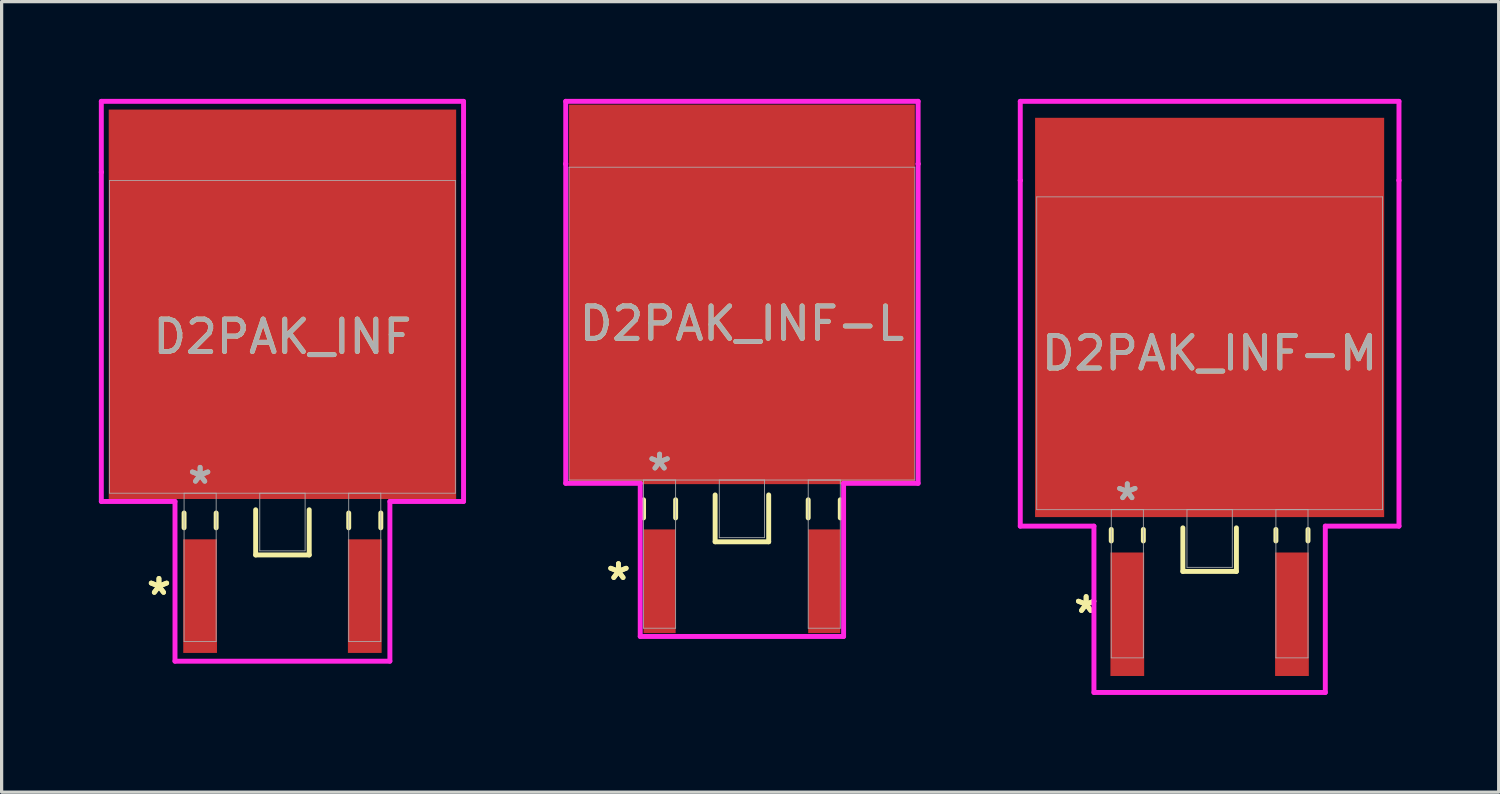
<source format=kicad_pcb>
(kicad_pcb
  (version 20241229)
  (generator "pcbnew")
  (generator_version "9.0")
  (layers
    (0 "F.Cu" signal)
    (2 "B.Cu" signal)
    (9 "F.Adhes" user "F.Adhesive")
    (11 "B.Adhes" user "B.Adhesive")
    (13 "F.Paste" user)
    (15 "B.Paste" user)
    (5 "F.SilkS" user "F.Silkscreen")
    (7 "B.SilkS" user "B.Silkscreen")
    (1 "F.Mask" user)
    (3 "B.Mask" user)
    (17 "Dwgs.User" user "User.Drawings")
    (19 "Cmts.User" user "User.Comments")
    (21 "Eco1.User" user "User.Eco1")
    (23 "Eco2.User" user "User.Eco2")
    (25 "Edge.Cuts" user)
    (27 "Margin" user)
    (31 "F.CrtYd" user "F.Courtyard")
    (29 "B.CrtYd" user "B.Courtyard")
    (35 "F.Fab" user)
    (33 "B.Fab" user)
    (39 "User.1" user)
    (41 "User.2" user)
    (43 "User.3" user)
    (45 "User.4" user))
  (footprint "D2PAK_INF-L"
    (layer "F.Cu")
    (at 19.84 6.934)
    (property "Reference" "D2PAK_INF-L" (at 0 0 0) (unlocked yes) (layer "F.SilkS") (effects (font (size 1 1) (thickness 0.15))))
    (attr smd)
    (fp_line (start -3.035 5.436) (end -3.035 5.994) (stroke (width 0.152) (type solid)) (layer "F.SilkS"))
    (fp_line (start -2.045 5.436) (end -2.045 5.994) (stroke (width 0.152) (type solid)) (layer "F.SilkS"))
    (fp_line (start -0.826 5.286) (end -0.826 6.731) (stroke (width 0.152) (type solid)) (layer "F.SilkS"))
    (fp_line (start -0.826 6.731) (end 0.826 6.731) (stroke (width 0.152) (type solid)) (layer "F.SilkS"))
    (fp_line (start 0.826 6.731) (end 0.826 5.286) (stroke (width 0.152) (type solid)) (layer "F.SilkS"))
    (fp_line (start 2.045 5.436) (end 2.045 5.994) (stroke (width 0.152) (type solid)) (layer "F.SilkS"))
    (fp_line (start 3.035 5.436) (end 3.035 5.994) (stroke (width 0.152) (type solid)) (layer "F.SilkS"))
    (fp_line (start -5.436 -6.858) (end 5.436 -6.858) (stroke (width 0.152) (type solid)) (layer "F.CrtYd"))
    (fp_line (start -5.436 -4.928) (end -5.436 -6.858) (stroke (width 0.152) (type solid)) (layer "F.CrtYd"))
    (fp_line (start -5.436 -4.928) (end -5.436 -4.928) (stroke (width 0.152) (type solid)) (layer "F.CrtYd"))
    (fp_line (start -5.436 4.928) (end -5.436 -4.928) (stroke (width 0.152) (type solid)) (layer "F.CrtYd"))
    (fp_line (start -3.137 4.928) (end -5.436 4.928) (stroke (width 0.152) (type solid)) (layer "F.CrtYd"))
    (fp_line (start -3.137 9.652) (end -3.137 4.928) (stroke (width 0.152) (type solid)) (layer "F.CrtYd"))
    (fp_line (start 3.137 4.928) (end 3.137 9.652) (stroke (width 0.152) (type solid)) (layer "F.CrtYd"))
    (fp_line (start 3.137 9.652) (end -3.137 9.652) (stroke (width 0.152) (type solid)) (layer "F.CrtYd"))
    (fp_line (start 5.436 -6.858) (end 5.436 -4.928) (stroke (width 0.152) (type solid)) (layer "F.CrtYd"))
    (fp_line (start 5.436 -4.928) (end 5.436 -4.928) (stroke (width 0.152) (type solid)) (layer "F.CrtYd"))
    (fp_line (start 5.436 -4.928) (end 5.436 4.928) (stroke (width 0.152) (type solid)) (layer "F.CrtYd"))
    (fp_line (start 5.436 4.928) (end 3.137 4.928) (stroke (width 0.152) (type solid)) (layer "F.CrtYd"))
    (fp_line (start -5.334 -4.826) (end -5.334 4.826) (stroke (width 0.025) (type solid)) (layer "F.Fab"))
    (fp_line (start -5.334 4.826) (end 5.334 4.826) (stroke (width 0.025) (type solid)) (layer "F.Fab"))
    (fp_line (start -3.035 4.826) (end -3.035 9.398) (stroke (width 0.025) (type solid)) (layer "F.Fab"))
    (fp_line (start -3.035 9.398) (end -2.045 9.398) (stroke (width 0.025) (type solid)) (layer "F.Fab"))
    (fp_line (start -2.045 4.826) (end -3.035 4.826) (stroke (width 0.025) (type solid)) (layer "F.Fab"))
    (fp_line (start -2.045 9.398) (end -2.045 4.826) (stroke (width 0.025) (type solid)) (layer "F.Fab"))
    (fp_line (start -0.699 4.826) (end -0.699 6.604) (stroke (width 0.025) (type solid)) (layer "F.Fab"))
    (fp_line (start -0.699 6.604) (end 0.699 6.604) (stroke (width 0.025) (type solid)) (layer "F.Fab"))
    (fp_line (start 0.699 4.826) (end -0.699 4.826) (stroke (width 0.025) (type solid)) (layer "F.Fab"))
    (fp_line (start 0.699 6.604) (end 0.699 4.826) (stroke (width 0.025) (type solid)) (layer "F.Fab"))
    (fp_line (start 2.045 4.826) (end 2.045 9.398) (stroke (width 0.025) (type solid)) (layer "F.Fab"))
    (fp_line (start 2.045 9.398) (end 3.035 9.398) (stroke (width 0.025) (type solid)) (layer "F.Fab"))
    (fp_line (start 3.035 4.826) (end 2.045 4.826) (stroke (width 0.025) (type solid)) (layer "F.Fab"))
    (fp_line (start 3.035 9.398) (end 3.035 4.826) (stroke (width 0.025) (type solid)) (layer "F.Fab"))
    (fp_line (start 5.334 -4.826) (end -5.334 -4.826) (stroke (width 0.025) (type solid)) (layer "F.Fab"))
    (fp_line (start 5.334 4.826) (end 5.334 -4.826) (stroke (width 0.025) (type solid)) (layer "F.Fab"))
    (fp_text user "*" (at -3.81 7.95 0) (layer "F.SilkS") (effects (font (size 1 1) (thickness 0.15))))
    (fp_text user "*" (at -3.81 7.95 0) (unlocked yes) (layer "F.SilkS") (effects (font (size 1 1) (thickness 0.15))))
    (fp_text user "*" (at -2.54 4.572 0) (unlocked yes) (layer "F.Fab") (effects (font (size 1 1) (thickness 0.15))))
    (fp_text user "*" (at -2.54 4.572 0) (layer "F.Fab") (effects (font (size 1 1) (thickness 0.15))))
    (fp_text user "${REFERENCE}" (at 0 0 0) (unlocked yes) (layer "F.Fab") (effects (font (size 1 1) (thickness 0.15))))
    (pad "1" smd rect (at -2.54 7.95) (size 0.991 3.2) (layers "F.Cu" "F.Mask" "F.Paste"))
    (pad "2" smd rect (at 0 -0.902) (size 10.668 11.709) (layers "F.Cu" "F.Mask" "F.Paste"))
    (pad "3" smd rect (at 2.54 7.95) (size 0.991 3.2) (layers "F.Cu" "F.Mask" "F.Paste")))
  (footprint "D2PAK_INF"
    (layer "F.Cu")
    (at 5.664 7.341)
    (property "Reference" "D2PAK_INF" (at 0 0 0) (unlocked yes) (layer "F.SilkS") (effects (font (size 1 1) (thickness 0.15))))
    (attr smd)
    (fp_line (start -3.035 5.436) (end -3.035 5.893) (stroke (width 0.152) (type solid)) (layer "F.SilkS"))
    (fp_line (start -2.045 5.436) (end -2.045 5.893) (stroke (width 0.152) (type solid)) (layer "F.SilkS"))
    (fp_line (start -0.826 5.337) (end -0.826 6.731) (stroke (width 0.152) (type solid)) (layer "F.SilkS"))
    (fp_line (start -0.826 6.731) (end 0.826 6.731) (stroke (width 0.152) (type solid)) (layer "F.SilkS"))
    (fp_line (start 0.826 6.731) (end 0.826 5.337) (stroke (width 0.152) (type solid)) (layer "F.SilkS"))
    (fp_line (start 2.045 5.436) (end 2.045 5.893) (stroke (width 0.152) (type solid)) (layer "F.SilkS"))
    (fp_line (start 3.035 5.436) (end 3.035 5.893) (stroke (width 0.152) (type solid)) (layer "F.SilkS"))
    (fp_line (start -5.588 -7.264) (end 5.588 -7.264) (stroke (width 0.152) (type solid)) (layer "F.CrtYd"))
    (fp_line (start -5.588 -5.08) (end -5.588 -7.264) (stroke (width 0.152) (type solid)) (layer "F.CrtYd"))
    (fp_line (start -5.588 -5.08) (end -5.588 -5.08) (stroke (width 0.152) (type solid)) (layer "F.CrtYd"))
    (fp_line (start -5.588 5.08) (end -5.588 -5.08) (stroke (width 0.152) (type solid)) (layer "F.CrtYd"))
    (fp_line (start -3.315 5.08) (end -5.588 5.08) (stroke (width 0.152) (type solid)) (layer "F.CrtYd"))
    (fp_line (start -3.315 10.008) (end -3.315 5.08) (stroke (width 0.152) (type solid)) (layer "F.CrtYd"))
    (fp_line (start 3.315 5.08) (end 3.315 10.008) (stroke (width 0.152) (type solid)) (layer "F.CrtYd"))
    (fp_line (start 3.315 10.008) (end -3.315 10.008) (stroke (width 0.152) (type solid)) (layer "F.CrtYd"))
    (fp_line (start 5.588 -7.264) (end 5.588 -5.08) (stroke (width 0.152) (type solid)) (layer "F.CrtYd"))
    (fp_line (start 5.588 -5.08) (end 5.588 -5.08) (stroke (width 0.152) (type solid)) (layer "F.CrtYd"))
    (fp_line (start 5.588 -5.08) (end 5.588 5.08) (stroke (width 0.152) (type solid)) (layer "F.CrtYd"))
    (fp_line (start 5.588 5.08) (end 3.315 5.08) (stroke (width 0.152) (type solid)) (layer "F.CrtYd"))
    (fp_line (start -5.334 -4.826) (end -5.334 4.826) (stroke (width 0.025) (type solid)) (layer "F.Fab"))
    (fp_line (start -5.334 4.826) (end 5.334 4.826) (stroke (width 0.025) (type solid)) (layer "F.Fab"))
    (fp_line (start -3.035 4.826) (end -3.035 9.398) (stroke (width 0.025) (type solid)) (layer "F.Fab"))
    (fp_line (start -3.035 9.398) (end -2.045 9.398) (stroke (width 0.025) (type solid)) (layer "F.Fab"))
    (fp_line (start -2.045 4.826) (end -3.035 4.826) (stroke (width 0.025) (type solid)) (layer "F.Fab"))
    (fp_line (start -2.045 9.398) (end -2.045 4.826) (stroke (width 0.025) (type solid)) (layer "F.Fab"))
    (fp_line (start -0.699 4.826) (end -0.699 6.604) (stroke (width 0.025) (type solid)) (layer "F.Fab"))
    (fp_line (start -0.699 6.604) (end 0.699 6.604) (stroke (width 0.025) (type solid)) (layer "F.Fab"))
    (fp_line (start 0.699 4.826) (end -0.699 4.826) (stroke (width 0.025) (type solid)) (layer "F.Fab"))
    (fp_line (start 0.699 6.604) (end 0.699 4.826) (stroke (width 0.025) (type solid)) (layer "F.Fab"))
    (fp_line (start 2.045 4.826) (end 2.045 9.398) (stroke (width 0.025) (type solid)) (layer "F.Fab"))
    (fp_line (start 2.045 9.398) (end 3.035 9.398) (stroke (width 0.025) (type solid)) (layer "F.Fab"))
    (fp_line (start 3.035 4.826) (end 2.045 4.826) (stroke (width 0.025) (type solid)) (layer "F.Fab"))
    (fp_line (start 3.035 9.398) (end 3.035 4.826) (stroke (width 0.025) (type solid)) (layer "F.Fab"))
    (fp_line (start 5.334 -4.826) (end -5.334 -4.826) (stroke (width 0.025) (type solid)) (layer "F.Fab"))
    (fp_line (start 5.334 4.826) (end 5.334 -4.826) (stroke (width 0.025) (type solid)) (layer "F.Fab"))
    (fp_text user "*" (at -3.81 8.001 0) (layer "F.SilkS") (effects (font (size 1 1) (thickness 0.15))))
    (fp_text user "*" (at -3.81 8.001 0) (unlocked yes) (layer "F.SilkS") (effects (font (size 1 1) (thickness 0.15))))
    (fp_text user "*" (at -2.54 4.572 0) (unlocked yes) (layer "F.Fab") (effects (font (size 1 1) (thickness 0.15))))
    (fp_text user "${REFERENCE}" (at 0 0 0) (unlocked yes) (layer "F.Fab") (effects (font (size 1 1) (thickness 0.15))))
    (fp_text user "*" (at -2.54 4.572 0) (layer "F.Fab") (effects (font (size 1 1) (thickness 0.15))))
    (pad "1" smd rect (at -2.54 8.001) (size 1.041 3.505) (layers "F.Cu" "F.Mask" "F.Paste"))
    (pad "2" smd rect (at 0 -1.003) (size 10.719 12.014) (layers "F.Cu" "F.Mask" "F.Paste"))
    (pad "3" smd rect (at 2.54 8.001) (size 1.041 3.505) (layers "F.Cu" "F.Mask" "F.Paste")))
  (footprint "D2PAK_INF-M"
    (layer "F.Cu")
    (at 34.27 7.849)
    (property "Reference" "D2PAK_INF-M" (at 0 0 0) (unlocked yes) (layer "F.SilkS") (effects (font (size 1 1) (thickness 0.15))))
    (attr smd)
    (fp_line (start -3.035 5.436) (end -3.035 5.791) (stroke (width 0.152) (type solid)) (layer "F.SilkS"))
    (fp_line (start -2.045 5.436) (end -2.045 5.791) (stroke (width 0.152) (type solid)) (layer "F.SilkS"))
    (fp_line (start -0.826 5.387) (end -0.826 6.731) (stroke (width 0.152) (type solid)) (layer "F.SilkS"))
    (fp_line (start -0.826 6.731) (end 0.826 6.731) (stroke (width 0.152) (type solid)) (layer "F.SilkS"))
    (fp_line (start 0.826 6.731) (end 0.826 5.387) (stroke (width 0.152) (type solid)) (layer "F.SilkS"))
    (fp_line (start 2.045 5.436) (end 2.045 5.791) (stroke (width 0.152) (type solid)) (layer "F.SilkS"))
    (fp_line (start 3.035 5.436) (end 3.035 5.791) (stroke (width 0.152) (type solid)) (layer "F.SilkS"))
    (fp_line (start -5.842 -7.772) (end 5.842 -7.772) (stroke (width 0.152) (type solid)) (layer "F.CrtYd"))
    (fp_line (start -5.842 -5.334) (end -5.842 -7.772) (stroke (width 0.152) (type solid)) (layer "F.CrtYd"))
    (fp_line (start -5.842 -5.334) (end -5.842 -5.334) (stroke (width 0.152) (type solid)) (layer "F.CrtYd"))
    (fp_line (start -5.842 5.334) (end -5.842 -5.334) (stroke (width 0.152) (type solid)) (layer "F.CrtYd"))
    (fp_line (start -3.569 5.334) (end -5.842 5.334) (stroke (width 0.152) (type solid)) (layer "F.CrtYd"))
    (fp_line (start -3.569 10.465) (end -3.569 5.334) (stroke (width 0.152) (type solid)) (layer "F.CrtYd"))
    (fp_line (start 3.569 5.334) (end 3.569 10.465) (stroke (width 0.152) (type solid)) (layer "F.CrtYd"))
    (fp_line (start 3.569 10.465) (end -3.569 10.465) (stroke (width 0.152) (type solid)) (layer "F.CrtYd"))
    (fp_line (start 5.842 -7.772) (end 5.842 -5.334) (stroke (width 0.152) (type solid)) (layer "F.CrtYd"))
    (fp_line (start 5.842 -5.334) (end 5.842 -5.334) (stroke (width 0.152) (type solid)) (layer "F.CrtYd"))
    (fp_line (start 5.842 -5.334) (end 5.842 5.334) (stroke (width 0.152) (type solid)) (layer "F.CrtYd"))
    (fp_line (start 5.842 5.334) (end 3.569 5.334) (stroke (width 0.152) (type solid)) (layer "F.CrtYd"))
    (fp_line (start -5.334 -4.826) (end -5.334 4.826) (stroke (width 0.025) (type solid)) (layer "F.Fab"))
    (fp_line (start -5.334 4.826) (end 5.334 4.826) (stroke (width 0.025) (type solid)) (layer "F.Fab"))
    (fp_line (start -3.035 4.826) (end -3.035 9.398) (stroke (width 0.025) (type solid)) (layer "F.Fab"))
    (fp_line (start -3.035 9.398) (end -2.045 9.398) (stroke (width 0.025) (type solid)) (layer "F.Fab"))
    (fp_line (start -2.045 4.826) (end -3.035 4.826) (stroke (width 0.025) (type solid)) (layer "F.Fab"))
    (fp_line (start -2.045 9.398) (end -2.045 4.826) (stroke (width 0.025) (type solid)) (layer "F.Fab"))
    (fp_line (start -0.699 4.826) (end -0.699 6.604) (stroke (width 0.025) (type solid)) (layer "F.Fab"))
    (fp_line (start -0.699 6.604) (end 0.699 6.604) (stroke (width 0.025) (type solid)) (layer "F.Fab"))
    (fp_line (start 0.699 4.826) (end -0.699 4.826) (stroke (width 0.025) (type solid)) (layer "F.Fab"))
    (fp_line (start 0.699 6.604) (end 0.699 4.826) (stroke (width 0.025) (type solid)) (layer "F.Fab"))
    (fp_line (start 2.045 4.826) (end 2.045 9.398) (stroke (width 0.025) (type solid)) (layer "F.Fab"))
    (fp_line (start 2.045 9.398) (end 3.035 9.398) (stroke (width 0.025) (type solid)) (layer "F.Fab"))
    (fp_line (start 3.035 4.826) (end 2.045 4.826) (stroke (width 0.025) (type solid)) (layer "F.Fab"))
    (fp_line (start 3.035 9.398) (end 3.035 4.826) (stroke (width 0.025) (type solid)) (layer "F.Fab"))
    (fp_line (start 5.334 -4.826) (end -5.334 -4.826) (stroke (width 0.025) (type solid)) (layer "F.Fab"))
    (fp_line (start 5.334 4.826) (end 5.334 -4.826) (stroke (width 0.025) (type solid)) (layer "F.Fab"))
    (fp_text user "*" (at -3.81 8.052 0) (layer "F.SilkS") (effects (font (size 1 1) (thickness 0.15))))
    (fp_text user "*" (at -3.81 8.052 0) (unlocked yes) (layer "F.SilkS") (effects (font (size 1 1) (thickness 0.15))))
    (fp_text user "${REFERENCE}" (at 0 0 0) (unlocked yes) (layer "F.Fab") (effects (font (size 1 1) (thickness 0.15))))
    (fp_text user "*" (at -2.54 4.572 0) (layer "F.Fab") (effects (font (size 1 1) (thickness 0.15))))
    (fp_text user "*" (at -2.54 4.572 0) (unlocked yes) (layer "F.Fab") (effects (font (size 1 1) (thickness 0.15))))
    (pad "1" smd rect (at -2.54 8.052) (size 1.041 3.81) (layers "F.Cu" "F.Mask" "F.Paste"))
    (pad "2" smd rect (at 0 -1.105) (size 10.77 12.319) (layers "F.Cu" "F.Mask" "F.Paste"))
    (pad "3" smd rect (at 2.54 8.052) (size 1.041 3.81) (layers "F.Cu" "F.Mask" "F.Paste")))
  (gr_rect
    (start -3 -3)
    (end 43.188 21.39)
    (stroke (width 0.1) (type default))
    (fill no)
    (layer "Edge.Cuts")))
</source>
